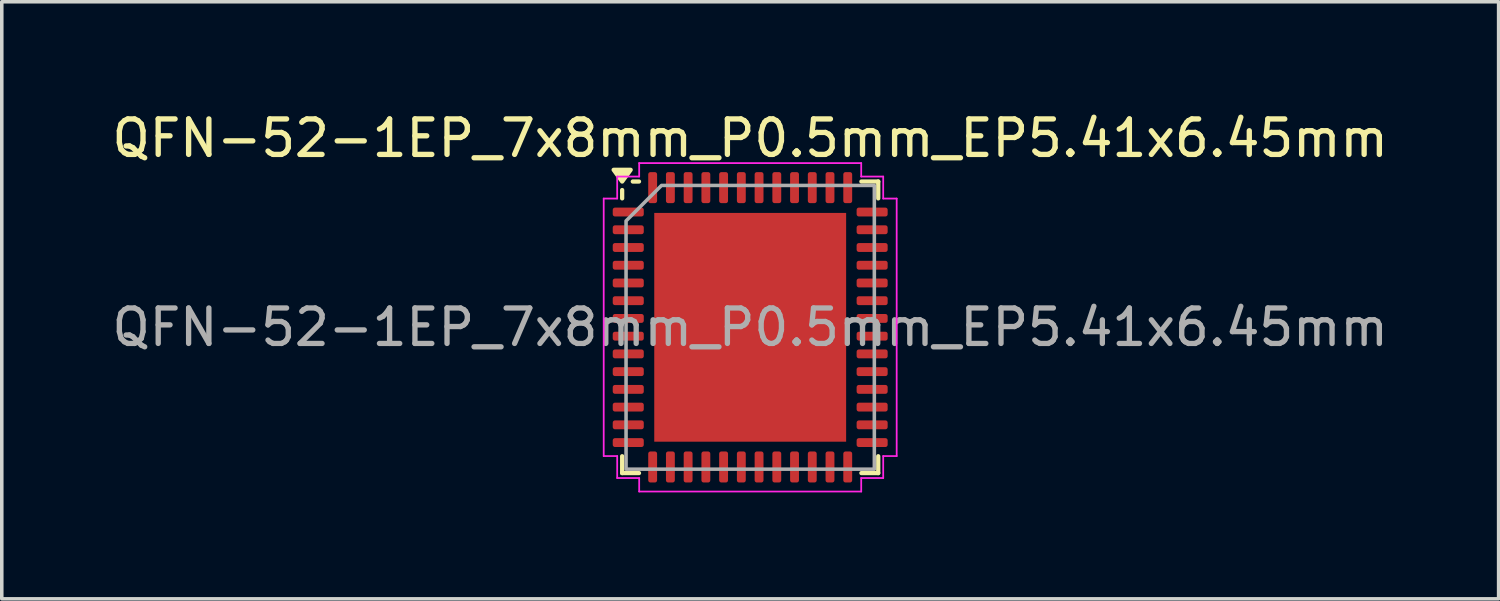
<source format=kicad_pcb>
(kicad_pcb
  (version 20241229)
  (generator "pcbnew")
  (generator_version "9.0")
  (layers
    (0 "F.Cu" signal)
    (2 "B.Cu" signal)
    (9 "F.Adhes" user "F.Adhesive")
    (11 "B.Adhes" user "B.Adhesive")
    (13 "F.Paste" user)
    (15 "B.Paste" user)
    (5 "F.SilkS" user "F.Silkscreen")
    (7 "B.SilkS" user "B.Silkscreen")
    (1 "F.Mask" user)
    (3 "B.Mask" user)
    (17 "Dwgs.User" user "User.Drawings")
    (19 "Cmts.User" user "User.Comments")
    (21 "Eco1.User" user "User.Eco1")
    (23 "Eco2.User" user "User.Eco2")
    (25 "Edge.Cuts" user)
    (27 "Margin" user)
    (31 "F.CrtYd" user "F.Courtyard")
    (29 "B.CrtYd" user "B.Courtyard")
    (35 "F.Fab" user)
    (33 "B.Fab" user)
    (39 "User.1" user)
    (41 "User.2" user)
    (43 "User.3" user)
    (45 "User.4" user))
  (footprint "QFN-52-1EP_7x8mm_P0.5mm_EP5.41x6.45mm"
    (layer "F.Cu")
    (at 18.101 6.178)
    (property "Reference" "QFN-52-1EP_7x8mm_P0.5mm_EP5.41x6.45mm" (at 0 -5.33 0) (layer "F.SilkS") (effects (font (size 1 1) (thickness 0.15))))
    (attr smd)
    (fp_line (start -3.61 -3.635) (end -3.61 -3.87) (stroke (width 0.12) (type solid)) (layer "F.SilkS"))
    (fp_line (start -3.61 4.11) (end -3.61 3.635) (stroke (width 0.12) (type solid)) (layer "F.SilkS"))
    (fp_line (start -3.135 -4.11) (end -3.31 -4.11) (stroke (width 0.12) (type solid)) (layer "F.SilkS"))
    (fp_line (start -3.135 4.11) (end -3.61 4.11) (stroke (width 0.12) (type solid)) (layer "F.SilkS"))
    (fp_line (start 3.135 -4.11) (end 3.61 -4.11) (stroke (width 0.12) (type solid)) (layer "F.SilkS"))
    (fp_line (start 3.135 4.11) (end 3.61 4.11) (stroke (width 0.12) (type solid)) (layer "F.SilkS"))
    (fp_line (start 3.61 -4.11) (end 3.61 -3.635) (stroke (width 0.12) (type solid)) (layer "F.SilkS"))
    (fp_line (start 3.61 4.11) (end 3.61 3.635) (stroke (width 0.12) (type solid)) (layer "F.SilkS"))
    (fp_poly (pts (xy -3.61 -4.11) (xy -3.85 -4.44) (xy -3.37 -4.44)) (stroke (width 0.12) (type solid)) (fill yes) (layer "F.SilkS"))
    (fp_line (start -4.13 -3.63) (end -3.75 -3.63) (stroke (width 0.05) (type solid)) (layer "F.CrtYd"))
    (fp_line (start -4.13 3.63) (end -4.13 -3.63) (stroke (width 0.05) (type solid)) (layer "F.CrtYd"))
    (fp_line (start -3.75 -4.25) (end -3.13 -4.25) (stroke (width 0.05) (type solid)) (layer "F.CrtYd"))
    (fp_line (start -3.75 -3.63) (end -3.75 -4.25) (stroke (width 0.05) (type solid)) (layer "F.CrtYd"))
    (fp_line (start -3.75 3.63) (end -4.13 3.63) (stroke (width 0.05) (type solid)) (layer "F.CrtYd"))
    (fp_line (start -3.75 4.25) (end -3.75 3.63) (stroke (width 0.05) (type solid)) (layer "F.CrtYd"))
    (fp_line (start -3.13 -4.63) (end 3.13 -4.63) (stroke (width 0.05) (type solid)) (layer "F.CrtYd"))
    (fp_line (start -3.13 -4.25) (end -3.13 -4.63) (stroke (width 0.05) (type solid)) (layer "F.CrtYd"))
    (fp_line (start -3.13 4.25) (end -3.75 4.25) (stroke (width 0.05) (type solid)) (layer "F.CrtYd"))
    (fp_line (start -3.13 4.63) (end -3.13 4.25) (stroke (width 0.05) (type solid)) (layer "F.CrtYd"))
    (fp_line (start 3.13 -4.63) (end 3.13 -4.25) (stroke (width 0.05) (type solid)) (layer "F.CrtYd"))
    (fp_line (start 3.13 -4.25) (end 3.75 -4.25) (stroke (width 0.05) (type solid)) (layer "F.CrtYd"))
    (fp_line (start 3.13 4.25) (end 3.13 4.63) (stroke (width 0.05) (type solid)) (layer "F.CrtYd"))
    (fp_line (start 3.13 4.63) (end -3.13 4.63) (stroke (width 0.05) (type solid)) (layer "F.CrtYd"))
    (fp_line (start 3.75 -4.25) (end 3.75 -3.63) (stroke (width 0.05) (type solid)) (layer "F.CrtYd"))
    (fp_line (start 3.75 -3.63) (end 4.13 -3.63) (stroke (width 0.05) (type solid)) (layer "F.CrtYd"))
    (fp_line (start 3.75 3.63) (end 3.75 4.25) (stroke (width 0.05) (type solid)) (layer "F.CrtYd"))
    (fp_line (start 3.75 4.25) (end 3.13 4.25) (stroke (width 0.05) (type solid)) (layer "F.CrtYd"))
    (fp_line (start 4.13 -3.63) (end 4.13 3.63) (stroke (width 0.05) (type solid)) (layer "F.CrtYd"))
    (fp_line (start 4.13 3.63) (end 3.75 3.63) (stroke (width 0.05) (type solid)) (layer "F.CrtYd"))
    (fp_poly (pts (xy -3.5 -3) (xy -3.5 4) (xy 3.5 4) (xy 3.5 -4) (xy -2.5 -4)) (stroke (width 0.1) (type solid)) (fill no) (layer "F.Fab"))
    (fp_text user "${REFERENCE}" (at 0 0 0) (layer "F.Fab") (effects (font (size 1 1) (thickness 0.15))))
    (pad "" smd roundrect (at -2.025 -2.58) (size 1.09 1.04) (layers "F.Paste") (roundrect_rratio 0.24))
    (pad "" smd roundrect (at -2.025 -1.29) (size 1.09 1.04) (layers "F.Paste") (roundrect_rratio 0.24))
    (pad "" smd roundrect (at -2.025 0) (size 1.09 1.04) (layers "F.Paste") (roundrect_rratio 0.24))
    (pad "" smd roundrect (at -2.025 1.29) (size 1.09 1.04) (layers "F.Paste") (roundrect_rratio 0.24))
    (pad "" smd roundrect (at -2.025 2.58) (size 1.09 1.04) (layers "F.Paste") (roundrect_rratio 0.24))
    (pad "" smd roundrect (at -0.675 -2.58) (size 1.09 1.04) (layers "F.Paste") (roundrect_rratio 0.24))
    (pad "" smd roundrect (at -0.675 -1.29) (size 1.09 1.04) (layers "F.Paste") (roundrect_rratio 0.24))
    (pad "" smd roundrect (at -0.675 0) (size 1.09 1.04) (layers "F.Paste") (roundrect_rratio 0.24))
    (pad "" smd roundrect (at -0.675 1.29) (size 1.09 1.04) (layers "F.Paste") (roundrect_rratio 0.24))
    (pad "" smd roundrect (at -0.675 2.58) (size 1.09 1.04) (layers "F.Paste") (roundrect_rratio 0.24))
    (pad "" smd roundrect (at 0.675 -2.58) (size 1.09 1.04) (layers "F.Paste") (roundrect_rratio 0.24))
    (pad "" smd roundrect (at 0.675 -1.29) (size 1.09 1.04) (layers "F.Paste") (roundrect_rratio 0.24))
    (pad "" smd roundrect (at 0.675 0) (size 1.09 1.04) (layers "F.Paste") (roundrect_rratio 0.24))
    (pad "" smd roundrect (at 0.675 1.29) (size 1.09 1.04) (layers "F.Paste") (roundrect_rratio 0.24))
    (pad "" smd roundrect (at 0.675 2.58) (size 1.09 1.04) (layers "F.Paste") (roundrect_rratio 0.24))
    (pad "" smd roundrect (at 2.025 -2.58) (size 1.09 1.04) (layers "F.Paste") (roundrect_rratio 0.24))
    (pad "" smd roundrect (at 2.025 -1.29) (size 1.09 1.04) (layers "F.Paste") (roundrect_rratio 0.24))
    (pad "" smd roundrect (at 2.025 0) (size 1.09 1.04) (layers "F.Paste") (roundrect_rratio 0.24))
    (pad "" smd roundrect (at 2.025 1.29) (size 1.09 1.04) (layers "F.Paste") (roundrect_rratio 0.24))
    (pad "" smd roundrect (at 2.025 2.58) (size 1.09 1.04) (layers "F.Paste") (roundrect_rratio 0.24))
    (pad "1" smd roundrect (at -3.438 -3.25) (size 0.875 0.25) (layers "F.Cu" "F.Mask" "F.Paste") (roundrect_rratio 0.25))
    (pad "2" smd roundrect (at -3.438 -2.75) (size 0.875 0.25) (layers "F.Cu" "F.Mask" "F.Paste") (roundrect_rratio 0.25))
    (pad "3" smd roundrect (at -3.438 -2.25) (size 0.875 0.25) (layers "F.Cu" "F.Mask" "F.Paste") (roundrect_rratio 0.25))
    (pad "4" smd roundrect (at -3.438 -1.75) (size 0.875 0.25) (layers "F.Cu" "F.Mask" "F.Paste") (roundrect_rratio 0.25))
    (pad "5" smd roundrect (at -3.438 -1.25) (size 0.875 0.25) (layers "F.Cu" "F.Mask" "F.Paste") (roundrect_rratio 0.25))
    (pad "6" smd roundrect (at -3.438 -0.75) (size 0.875 0.25) (layers "F.Cu" "F.Mask" "F.Paste") (roundrect_rratio 0.25))
    (pad "7" smd roundrect (at -3.438 -0.25) (size 0.875 0.25) (layers "F.Cu" "F.Mask" "F.Paste") (roundrect_rratio 0.25))
    (pad "8" smd roundrect (at -3.438 0.25) (size 0.875 0.25) (layers "F.Cu" "F.Mask" "F.Paste") (roundrect_rratio 0.25))
    (pad "9" smd roundrect (at -3.438 0.75) (size 0.875 0.25) (layers "F.Cu" "F.Mask" "F.Paste") (roundrect_rratio 0.25))
    (pad "10" smd roundrect (at -3.438 1.25) (size 0.875 0.25) (layers "F.Cu" "F.Mask" "F.Paste") (roundrect_rratio 0.25))
    (pad "11" smd roundrect (at -3.438 1.75) (size 0.875 0.25) (layers "F.Cu" "F.Mask" "F.Paste") (roundrect_rratio 0.25))
    (pad "12" smd roundrect (at -3.438 2.25) (size 0.875 0.25) (layers "F.Cu" "F.Mask" "F.Paste") (roundrect_rratio 0.25))
    (pad "13" smd roundrect (at -3.438 2.75) (size 0.875 0.25) (layers "F.Cu" "F.Mask" "F.Paste") (roundrect_rratio 0.25))
    (pad "14" smd roundrect (at -3.438 3.25) (size 0.875 0.25) (layers "F.Cu" "F.Mask" "F.Paste") (roundrect_rratio 0.25))
    (pad "15" smd roundrect (at -2.75 3.938) (size 0.25 0.875) (layers "F.Cu" "F.Mask" "F.Paste") (roundrect_rratio 0.25))
    (pad "16" smd roundrect (at -2.25 3.938) (size 0.25 0.875) (layers "F.Cu" "F.Mask" "F.Paste") (roundrect_rratio 0.25))
    (pad "17" smd roundrect (at -1.75 3.938) (size 0.25 0.875) (layers "F.Cu" "F.Mask" "F.Paste") (roundrect_rratio 0.25))
    (pad "18" smd roundrect (at -1.25 3.938) (size 0.25 0.875) (layers "F.Cu" "F.Mask" "F.Paste") (roundrect_rratio 0.25))
    (pad "19" smd roundrect (at -0.75 3.938) (size 0.25 0.875) (layers "F.Cu" "F.Mask" "F.Paste") (roundrect_rratio 0.25))
    (pad "20" smd roundrect (at -0.25 3.938) (size 0.25 0.875) (layers "F.Cu" "F.Mask" "F.Paste") (roundrect_rratio 0.25))
    (pad "21" smd roundrect (at 0.25 3.938) (size 0.25 0.875) (layers "F.Cu" "F.Mask" "F.Paste") (roundrect_rratio 0.25))
    (pad "22" smd roundrect (at 0.75 3.938) (size 0.25 0.875) (layers "F.Cu" "F.Mask" "F.Paste") (roundrect_rratio 0.25))
    (pad "23" smd roundrect (at 1.25 3.938) (size 0.25 0.875) (layers "F.Cu" "F.Mask" "F.Paste") (roundrect_rratio 0.25))
    (pad "24" smd roundrect (at 1.75 3.938) (size 0.25 0.875) (layers "F.Cu" "F.Mask" "F.Paste") (roundrect_rratio 0.25))
    (pad "25" smd roundrect (at 2.25 3.938) (size 0.25 0.875) (layers "F.Cu" "F.Mask" "F.Paste") (roundrect_rratio 0.25))
    (pad "26" smd roundrect (at 2.75 3.938) (size 0.25 0.875) (layers "F.Cu" "F.Mask" "F.Paste") (roundrect_rratio 0.25))
    (pad "27" smd roundrect (at 3.438 3.25) (size 0.875 0.25) (layers "F.Cu" "F.Mask" "F.Paste") (roundrect_rratio 0.25))
    (pad "28" smd roundrect (at 3.438 2.75) (size 0.875 0.25) (layers "F.Cu" "F.Mask" "F.Paste") (roundrect_rratio 0.25))
    (pad "29" smd roundrect (at 3.438 2.25) (size 0.875 0.25) (layers "F.Cu" "F.Mask" "F.Paste") (roundrect_rratio 0.25))
    (pad "30" smd roundrect (at 3.438 1.75) (size 0.875 0.25) (layers "F.Cu" "F.Mask" "F.Paste") (roundrect_rratio 0.25))
    (pad "31" smd roundrect (at 3.438 1.25) (size 0.875 0.25) (layers "F.Cu" "F.Mask" "F.Paste") (roundrect_rratio 0.25))
    (pad "32" smd roundrect (at 3.438 0.75) (size 0.875 0.25) (layers "F.Cu" "F.Mask" "F.Paste") (roundrect_rratio 0.25))
    (pad "33" smd roundrect (at 3.438 0.25) (size 0.875 0.25) (layers "F.Cu" "F.Mask" "F.Paste") (roundrect_rratio 0.25))
    (pad "34" smd roundrect (at 3.438 -0.25) (size 0.875 0.25) (layers "F.Cu" "F.Mask" "F.Paste") (roundrect_rratio 0.25))
    (pad "35" smd roundrect (at 3.438 -0.75) (size 0.875 0.25) (layers "F.Cu" "F.Mask" "F.Paste") (roundrect_rratio 0.25))
    (pad "36" smd roundrect (at 3.438 -1.25) (size 0.875 0.25) (layers "F.Cu" "F.Mask" "F.Paste") (roundrect_rratio 0.25))
    (pad "37" smd roundrect (at 3.438 -1.75) (size 0.875 0.25) (layers "F.Cu" "F.Mask" "F.Paste") (roundrect_rratio 0.25))
    (pad "38" smd roundrect (at 3.438 -2.25) (size 0.875 0.25) (layers "F.Cu" "F.Mask" "F.Paste") (roundrect_rratio 0.25))
    (pad "39" smd roundrect (at 3.438 -2.75) (size 0.875 0.25) (layers "F.Cu" "F.Mask" "F.Paste") (roundrect_rratio 0.25))
    (pad "40" smd roundrect (at 3.438 -3.25) (size 0.875 0.25) (layers "F.Cu" "F.Mask" "F.Paste") (roundrect_rratio 0.25))
    (pad "41" smd roundrect (at 2.75 -3.938) (size 0.25 0.875) (layers "F.Cu" "F.Mask" "F.Paste") (roundrect_rratio 0.25))
    (pad "42" smd roundrect (at 2.25 -3.938) (size 0.25 0.875) (layers "F.Cu" "F.Mask" "F.Paste") (roundrect_rratio 0.25))
    (pad "43" smd roundrect (at 1.75 -3.938) (size 0.25 0.875) (layers "F.Cu" "F.Mask" "F.Paste") (roundrect_rratio 0.25))
    (pad "44" smd roundrect (at 1.25 -3.938) (size 0.25 0.875) (layers "F.Cu" "F.Mask" "F.Paste") (roundrect_rratio 0.25))
    (pad "45" smd roundrect (at 0.75 -3.938) (size 0.25 0.875) (layers "F.Cu" "F.Mask" "F.Paste") (roundrect_rratio 0.25))
    (pad "46" smd roundrect (at 0.25 -3.938) (size 0.25 0.875) (layers "F.Cu" "F.Mask" "F.Paste") (roundrect_rratio 0.25))
    (pad "47" smd roundrect (at -0.25 -3.938) (size 0.25 0.875) (layers "F.Cu" "F.Mask" "F.Paste") (roundrect_rratio 0.25))
    (pad "48" smd roundrect (at -0.75 -3.938) (size 0.25 0.875) (layers "F.Cu" "F.Mask" "F.Paste") (roundrect_rratio 0.25))
    (pad "49" smd roundrect (at -1.25 -3.938) (size 0.25 0.875) (layers "F.Cu" "F.Mask" "F.Paste") (roundrect_rratio 0.25))
    (pad "50" smd roundrect (at -1.75 -3.938) (size 0.25 0.875) (layers "F.Cu" "F.Mask" "F.Paste") (roundrect_rratio 0.25))
    (pad "51" smd roundrect (at -2.25 -3.938) (size 0.25 0.875) (layers "F.Cu" "F.Mask" "F.Paste") (roundrect_rratio 0.25))
    (pad "52" smd roundrect (at -2.75 -3.938) (size 0.25 0.875) (layers "F.Cu" "F.Mask" "F.Paste") (roundrect_rratio 0.25))
    (pad "53" smd rect (at 0 0) (size 5.41 6.45) (property pad_prop_heatsink) (layers "F.Cu" "F.Mask")))
  (gr_rect
    (start -3 -3)
    (end 39.202 13.833)
    (stroke (width 0.1) (type default))
    (fill no)
    (layer "Edge.Cuts")))
</source>
